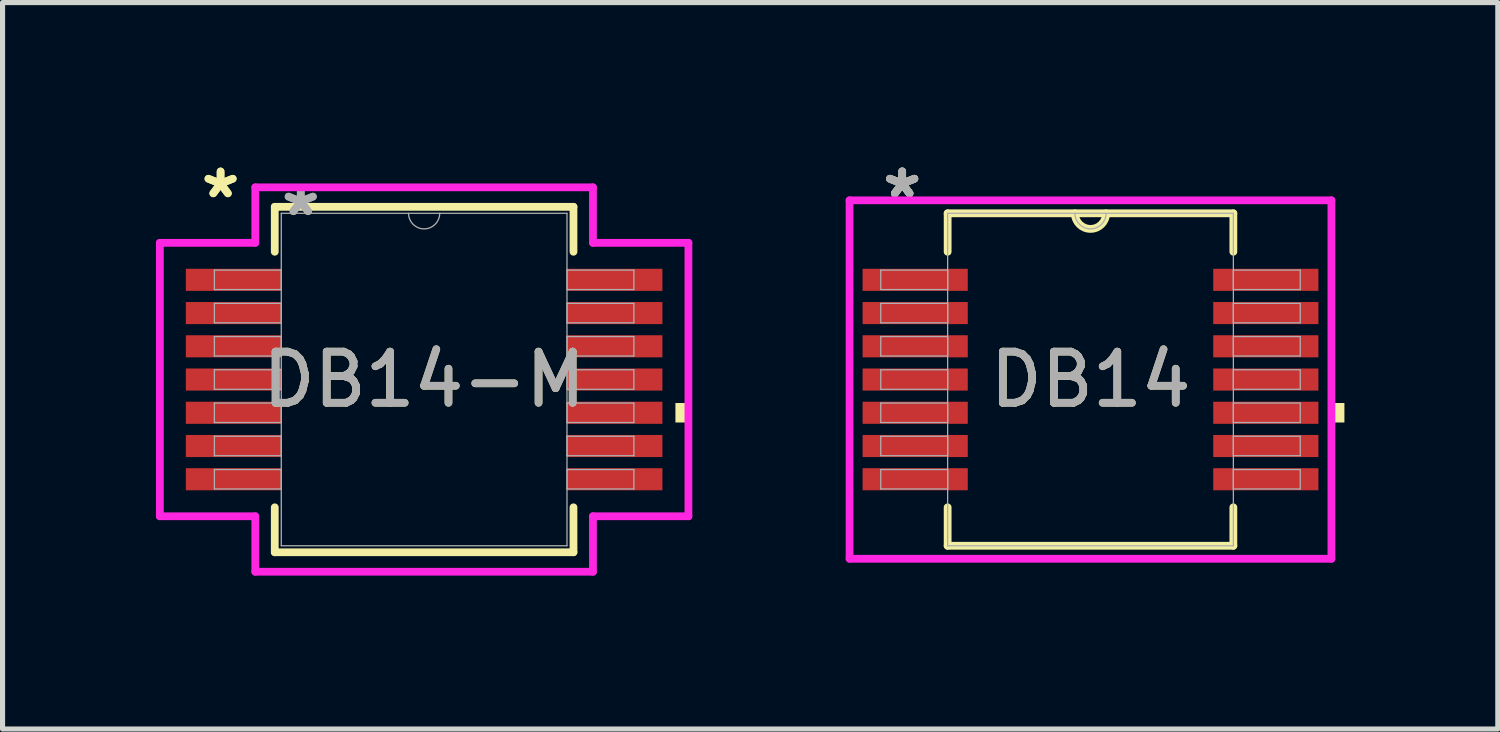
<source format=kicad_pcb>
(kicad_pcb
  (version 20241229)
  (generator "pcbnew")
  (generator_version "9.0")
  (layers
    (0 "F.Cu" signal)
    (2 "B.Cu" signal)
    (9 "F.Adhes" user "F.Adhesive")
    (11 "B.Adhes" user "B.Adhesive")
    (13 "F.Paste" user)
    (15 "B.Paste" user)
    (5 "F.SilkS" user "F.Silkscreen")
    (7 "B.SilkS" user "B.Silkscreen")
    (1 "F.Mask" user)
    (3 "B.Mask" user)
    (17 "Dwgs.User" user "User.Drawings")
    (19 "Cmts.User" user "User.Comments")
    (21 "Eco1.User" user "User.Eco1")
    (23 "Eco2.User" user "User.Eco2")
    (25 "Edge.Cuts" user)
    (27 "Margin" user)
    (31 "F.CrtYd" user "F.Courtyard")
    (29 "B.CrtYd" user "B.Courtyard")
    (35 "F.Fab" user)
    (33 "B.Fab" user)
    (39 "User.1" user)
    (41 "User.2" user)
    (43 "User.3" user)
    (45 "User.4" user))
  (footprint "DB14"
    (layer "F.Cu")
    (at 18.278 4.373)
    (property "Reference" "DB14" (at 0 0 0) (unlocked yes) (layer "F.SilkS") (effects (font (size 1 1) (thickness 0.15))))
    (attr smd)
    (fp_line (start -2.794 -3.251) (end -2.794 -2.499) (stroke (width 0.152) (type solid)) (layer "F.SilkS"))
    (fp_line (start -2.794 2.499) (end -2.794 3.251) (stroke (width 0.152) (type solid)) (layer "F.SilkS"))
    (fp_line (start -2.794 3.251) (end 2.794 3.251) (stroke (width 0.152) (type solid)) (layer "F.SilkS"))
    (fp_line (start 2.794 -3.251) (end -2.794 -3.251) (stroke (width 0.152) (type solid)) (layer "F.SilkS"))
    (fp_line (start 2.794 -2.499) (end 2.794 -3.251) (stroke (width 0.152) (type solid)) (layer "F.SilkS"))
    (fp_line (start 2.794 3.251) (end 2.794 2.499) (stroke (width 0.152) (type solid)) (layer "F.SilkS"))
    (fp_arc (start 0.3048 -3.2512) (mid 0 -2.9464) (end -0.3048 -3.2512) (stroke (width 0.1524) (type solid)) (layer "F.SilkS"))
    (fp_poly (pts (xy 4.966 0.459) (xy 4.966 0.84) (xy 4.712 0.84) (xy 4.712 0.459)) (stroke (width 0) (type solid)) (fill yes) (layer "F.SilkS"))
    (fp_line (start -4.712 -3.505) (end 4.712 -3.505) (stroke (width 0.152) (type solid)) (layer "F.CrtYd"))
    (fp_line (start -4.712 3.505) (end -4.712 -3.505) (stroke (width 0.152) (type solid)) (layer "F.CrtYd"))
    (fp_line (start 4.712 -3.505) (end 4.712 3.505) (stroke (width 0.152) (type solid)) (layer "F.CrtYd"))
    (fp_line (start 4.712 3.505) (end -4.712 3.505) (stroke (width 0.152) (type solid)) (layer "F.CrtYd"))
    (fp_line (start -4.102 -2.14) (end -4.102 -1.76) (stroke (width 0.025) (type solid)) (layer "F.Fab"))
    (fp_line (start -4.102 -1.76) (end -2.794 -1.76) (stroke (width 0.025) (type solid)) (layer "F.Fab"))
    (fp_line (start -4.102 -1.49) (end -4.102 -1.109) (stroke (width 0.025) (type solid)) (layer "F.Fab"))
    (fp_line (start -4.102 -1.109) (end -2.794 -1.109) (stroke (width 0.025) (type solid)) (layer "F.Fab"))
    (fp_line (start -4.102 -0.841) (end -4.102 -0.46) (stroke (width 0.025) (type solid)) (layer "F.Fab"))
    (fp_line (start -4.102 -0.46) (end -2.794 -0.46) (stroke (width 0.025) (type solid)) (layer "F.Fab"))
    (fp_line (start -4.102 -0.191) (end -4.102 0.191) (stroke (width 0.025) (type solid)) (layer "F.Fab"))
    (fp_line (start -4.102 0.191) (end -2.794 0.191) (stroke (width 0.025) (type solid)) (layer "F.Fab"))
    (fp_line (start -4.102 0.46) (end -4.102 0.841) (stroke (width 0.025) (type solid)) (layer "F.Fab"))
    (fp_line (start -4.102 0.841) (end -2.794 0.841) (stroke (width 0.025) (type solid)) (layer "F.Fab"))
    (fp_line (start -4.102 1.109) (end -4.102 1.49) (stroke (width 0.025) (type solid)) (layer "F.Fab"))
    (fp_line (start -4.102 1.49) (end -2.794 1.49) (stroke (width 0.025) (type solid)) (layer "F.Fab"))
    (fp_line (start -4.102 1.76) (end -4.102 2.14) (stroke (width 0.025) (type solid)) (layer "F.Fab"))
    (fp_line (start -4.102 2.14) (end -2.794 2.14) (stroke (width 0.025) (type solid)) (layer "F.Fab"))
    (fp_line (start -2.794 -3.251) (end -2.794 3.251) (stroke (width 0.025) (type solid)) (layer "F.Fab"))
    (fp_line (start -2.794 -2.14) (end -4.102 -2.14) (stroke (width 0.025) (type solid)) (layer "F.Fab"))
    (fp_line (start -2.794 -1.76) (end -2.794 -2.14) (stroke (width 0.025) (type solid)) (layer "F.Fab"))
    (fp_line (start -2.794 -1.49) (end -4.102 -1.49) (stroke (width 0.025) (type solid)) (layer "F.Fab"))
    (fp_line (start -2.794 -1.109) (end -2.794 -1.49) (stroke (width 0.025) (type solid)) (layer "F.Fab"))
    (fp_line (start -2.794 -0.841) (end -4.102 -0.841) (stroke (width 0.025) (type solid)) (layer "F.Fab"))
    (fp_line (start -2.794 -0.46) (end -2.794 -0.841) (stroke (width 0.025) (type solid)) (layer "F.Fab"))
    (fp_line (start -2.794 -0.191) (end -4.102 -0.191) (stroke (width 0.025) (type solid)) (layer "F.Fab"))
    (fp_line (start -2.794 0.191) (end -2.794 -0.191) (stroke (width 0.025) (type solid)) (layer "F.Fab"))
    (fp_line (start -2.794 0.46) (end -4.102 0.46) (stroke (width 0.025) (type solid)) (layer "F.Fab"))
    (fp_line (start -2.794 0.841) (end -2.794 0.46) (stroke (width 0.025) (type solid)) (layer "F.Fab"))
    (fp_line (start -2.794 1.109) (end -4.102 1.109) (stroke (width 0.025) (type solid)) (layer "F.Fab"))
    (fp_line (start -2.794 1.49) (end -2.794 1.109) (stroke (width 0.025) (type solid)) (layer "F.Fab"))
    (fp_line (start -2.794 1.76) (end -4.102 1.76) (stroke (width 0.025) (type solid)) (layer "F.Fab"))
    (fp_line (start -2.794 2.14) (end -2.794 1.76) (stroke (width 0.025) (type solid)) (layer "F.Fab"))
    (fp_line (start -2.794 3.251) (end 2.794 3.251) (stroke (width 0.025) (type solid)) (layer "F.Fab"))
    (fp_line (start 2.794 -3.251) (end -2.794 -3.251) (stroke (width 0.025) (type solid)) (layer "F.Fab"))
    (fp_line (start 2.794 -2.14) (end 2.794 -1.76) (stroke (width 0.025) (type solid)) (layer "F.Fab"))
    (fp_line (start 2.794 -1.76) (end 4.102 -1.76) (stroke (width 0.025) (type solid)) (layer "F.Fab"))
    (fp_line (start 2.794 -1.49) (end 2.794 -1.109) (stroke (width 0.025) (type solid)) (layer "F.Fab"))
    (fp_line (start 2.794 -1.109) (end 4.102 -1.109) (stroke (width 0.025) (type solid)) (layer "F.Fab"))
    (fp_line (start 2.794 -0.841) (end 2.794 -0.46) (stroke (width 0.025) (type solid)) (layer "F.Fab"))
    (fp_line (start 2.794 -0.46) (end 4.102 -0.46) (stroke (width 0.025) (type solid)) (layer "F.Fab"))
    (fp_line (start 2.794 -0.191) (end 2.794 0.191) (stroke (width 0.025) (type solid)) (layer "F.Fab"))
    (fp_line (start 2.794 0.191) (end 4.102 0.191) (stroke (width 0.025) (type solid)) (layer "F.Fab"))
    (fp_line (start 2.794 0.46) (end 2.794 0.841) (stroke (width 0.025) (type solid)) (layer "F.Fab"))
    (fp_line (start 2.794 0.841) (end 4.102 0.841) (stroke (width 0.025) (type solid)) (layer "F.Fab"))
    (fp_line (start 2.794 1.109) (end 2.794 1.49) (stroke (width 0.025) (type solid)) (layer "F.Fab"))
    (fp_line (start 2.794 1.49) (end 4.102 1.49) (stroke (width 0.025) (type solid)) (layer "F.Fab"))
    (fp_line (start 2.794 1.76) (end 2.794 2.14) (stroke (width 0.025) (type solid)) (layer "F.Fab"))
    (fp_line (start 2.794 2.14) (end 4.102 2.14) (stroke (width 0.025) (type solid)) (layer "F.Fab"))
    (fp_line (start 2.794 3.251) (end 2.794 -3.251) (stroke (width 0.025) (type solid)) (layer "F.Fab"))
    (fp_line (start 4.102 -2.14) (end 2.794 -2.14) (stroke (width 0.025) (type solid)) (layer "F.Fab"))
    (fp_line (start 4.102 -1.76) (end 4.102 -2.14) (stroke (width 0.025) (type solid)) (layer "F.Fab"))
    (fp_line (start 4.102 -1.49) (end 2.794 -1.49) (stroke (width 0.025) (type solid)) (layer "F.Fab"))
    (fp_line (start 4.102 -1.109) (end 4.102 -1.49) (stroke (width 0.025) (type solid)) (layer "F.Fab"))
    (fp_line (start 4.102 -0.841) (end 2.794 -0.841) (stroke (width 0.025) (type solid)) (layer "F.Fab"))
    (fp_line (start 4.102 -0.46) (end 4.102 -0.841) (stroke (width 0.025) (type solid)) (layer "F.Fab"))
    (fp_line (start 4.102 -0.191) (end 2.794 -0.191) (stroke (width 0.025) (type solid)) (layer "F.Fab"))
    (fp_line (start 4.102 0.191) (end 4.102 -0.191) (stroke (width 0.025) (type solid)) (layer "F.Fab"))
    (fp_line (start 4.102 0.46) (end 2.794 0.46) (stroke (width 0.025) (type solid)) (layer "F.Fab"))
    (fp_line (start 4.102 0.841) (end 4.102 0.46) (stroke (width 0.025) (type solid)) (layer "F.Fab"))
    (fp_line (start 4.102 1.109) (end 2.794 1.109) (stroke (width 0.025) (type solid)) (layer "F.Fab"))
    (fp_line (start 4.102 1.49) (end 4.102 1.109) (stroke (width 0.025) (type solid)) (layer "F.Fab"))
    (fp_line (start 4.102 1.76) (end 2.794 1.76) (stroke (width 0.025) (type solid)) (layer "F.Fab"))
    (fp_line (start 4.102 2.14) (end 4.102 1.76) (stroke (width 0.025) (type solid)) (layer "F.Fab"))
    (fp_arc (start 0.3048 -3.2512) (mid 0 -2.9464) (end -0.3048 -3.2512) (stroke (width 0.0254) (type solid)) (layer "F.Fab"))
    (fp_text user "*" (at -3.683 -3.525 0) (unlocked yes) (layer "F.SilkS") (effects (font (size 1 1) (thickness 0.15))))
    (fp_text user "*" (at -3.683 -3.525 0) (layer "F.SilkS") (effects (font (size 1 1) (thickness 0.15))))
    (fp_text user "*" (at -3.683 -3.525 0) (layer "F.Fab") (effects (font (size 1 1) (thickness 0.15))))
    (fp_text user "*" (at -3.683 -3.525 0) (unlocked yes) (layer "F.Fab") (effects (font (size 1 1) (thickness 0.15))))
    (fp_text user "${REFERENCE}" (at 0 0 0) (unlocked yes) (layer "F.Fab") (effects (font (size 1 1) (thickness 0.15))))
    (pad "1" smd rect (at -3.429 -1.95) (size 2.057 0.432) (layers "F.Cu" "F.Mask" "F.Paste"))
    (pad "2" smd rect (at -3.429 -1.3) (size 2.057 0.432) (layers "F.Cu" "F.Mask" "F.Paste"))
    (pad "3" smd rect (at -3.429 -0.65) (size 2.057 0.432) (layers "F.Cu" "F.Mask" "F.Paste"))
    (pad "4" smd rect (at -3.429 0) (size 2.057 0.432) (layers "F.Cu" "F.Mask" "F.Paste"))
    (pad "5" smd rect (at -3.429 0.65) (size 2.057 0.432) (layers "F.Cu" "F.Mask" "F.Paste"))
    (pad "6" smd rect (at -3.429 1.3) (size 2.057 0.432) (layers "F.Cu" "F.Mask" "F.Paste"))
    (pad "7" smd rect (at -3.429 1.95) (size 2.057 0.432) (layers "F.Cu" "F.Mask" "F.Paste"))
    (pad "8" smd rect (at 3.429 1.95) (size 2.057 0.432) (layers "F.Cu" "F.Mask" "F.Paste"))
    (pad "9" smd rect (at 3.429 1.3) (size 2.057 0.432) (layers "F.Cu" "F.Mask" "F.Paste"))
    (pad "10" smd rect (at 3.429 0.65) (size 2.057 0.432) (layers "F.Cu" "F.Mask" "F.Paste"))
    (pad "11" smd rect (at 3.429 0) (size 2.057 0.432) (layers "F.Cu" "F.Mask" "F.Paste"))
    (pad "12" smd rect (at 3.429 -0.65) (size 2.057 0.432) (layers "F.Cu" "F.Mask" "F.Paste"))
    (pad "13" smd rect (at 3.429 -1.3) (size 2.057 0.432) (layers "F.Cu" "F.Mask" "F.Paste"))
    (pad "14" smd rect (at 3.429 -1.95) (size 2.057 0.432) (layers "F.Cu" "F.Mask" "F.Paste")))
  (footprint "DB14-M"
    (layer "F.Cu")
    (at 5.245 4.373)
    (property "Reference" "DB14-M" (at 0 0 0) (unlocked yes) (layer "F.SilkS") (effects (font (size 1 1) (thickness 0.15))))
    (attr smd)
    (fp_line (start -2.921 -3.378) (end -2.921 -2.499) (stroke (width 0.152) (type solid)) (layer "F.SilkS"))
    (fp_line (start -2.921 2.499) (end -2.921 3.378) (stroke (width 0.152) (type solid)) (layer "F.SilkS"))
    (fp_line (start -2.921 3.378) (end 2.921 3.378) (stroke (width 0.152) (type solid)) (layer "F.SilkS"))
    (fp_line (start 2.921 -3.378) (end -2.921 -3.378) (stroke (width 0.152) (type solid)) (layer "F.SilkS"))
    (fp_line (start 2.921 -2.499) (end 2.921 -3.378) (stroke (width 0.152) (type solid)) (layer "F.SilkS"))
    (fp_line (start 2.921 3.378) (end 2.921 2.499) (stroke (width 0.152) (type solid)) (layer "F.SilkS"))
    (fp_poly (pts (xy 5.169 0.459) (xy 5.169 0.84) (xy 4.915 0.84) (xy 4.915 0.459)) (stroke (width 0) (type solid)) (fill yes) (layer "F.SilkS"))
    (fp_line (start -5.169 -2.674) (end -3.302 -2.674) (stroke (width 0.152) (type solid)) (layer "F.CrtYd"))
    (fp_line (start -5.169 2.674) (end -5.169 -2.674) (stroke (width 0.152) (type solid)) (layer "F.CrtYd"))
    (fp_line (start -5.169 2.674) (end -3.302 2.674) (stroke (width 0.152) (type solid)) (layer "F.CrtYd"))
    (fp_line (start -3.302 -3.759) (end 3.302 -3.759) (stroke (width 0.152) (type solid)) (layer "F.CrtYd"))
    (fp_line (start -3.302 -2.674) (end -3.302 -3.759) (stroke (width 0.152) (type solid)) (layer "F.CrtYd"))
    (fp_line (start -3.302 3.759) (end -3.302 2.674) (stroke (width 0.152) (type solid)) (layer "F.CrtYd"))
    (fp_line (start 3.302 -3.759) (end 3.302 -2.674) (stroke (width 0.152) (type solid)) (layer "F.CrtYd"))
    (fp_line (start 3.302 2.674) (end 3.302 3.759) (stroke (width 0.152) (type solid)) (layer "F.CrtYd"))
    (fp_line (start 3.302 3.759) (end -3.302 3.759) (stroke (width 0.152) (type solid)) (layer "F.CrtYd"))
    (fp_line (start 5.169 -2.674) (end 3.302 -2.674) (stroke (width 0.152) (type solid)) (layer "F.CrtYd"))
    (fp_line (start 5.169 -2.674) (end 5.169 2.674) (stroke (width 0.152) (type solid)) (layer "F.CrtYd"))
    (fp_line (start 5.169 2.674) (end 3.302 2.674) (stroke (width 0.152) (type solid)) (layer "F.CrtYd"))
    (fp_line (start -4.102 -2.14) (end -4.102 -1.76) (stroke (width 0.025) (type solid)) (layer "F.Fab"))
    (fp_line (start -4.102 -1.76) (end -2.794 -1.76) (stroke (width 0.025) (type solid)) (layer "F.Fab"))
    (fp_line (start -4.102 -1.49) (end -4.102 -1.109) (stroke (width 0.025) (type solid)) (layer "F.Fab"))
    (fp_line (start -4.102 -1.109) (end -2.794 -1.109) (stroke (width 0.025) (type solid)) (layer "F.Fab"))
    (fp_line (start -4.102 -0.841) (end -4.102 -0.46) (stroke (width 0.025) (type solid)) (layer "F.Fab"))
    (fp_line (start -4.102 -0.46) (end -2.794 -0.46) (stroke (width 0.025) (type solid)) (layer "F.Fab"))
    (fp_line (start -4.102 -0.191) (end -4.102 0.191) (stroke (width 0.025) (type solid)) (layer "F.Fab"))
    (fp_line (start -4.102 0.191) (end -2.794 0.191) (stroke (width 0.025) (type solid)) (layer "F.Fab"))
    (fp_line (start -4.102 0.46) (end -4.102 0.841) (stroke (width 0.025) (type solid)) (layer "F.Fab"))
    (fp_line (start -4.102 0.841) (end -2.794 0.841) (stroke (width 0.025) (type solid)) (layer "F.Fab"))
    (fp_line (start -4.102 1.109) (end -4.102 1.49) (stroke (width 0.025) (type solid)) (layer "F.Fab"))
    (fp_line (start -4.102 1.49) (end -2.794 1.49) (stroke (width 0.025) (type solid)) (layer "F.Fab"))
    (fp_line (start -4.102 1.76) (end -4.102 2.14) (stroke (width 0.025) (type solid)) (layer "F.Fab"))
    (fp_line (start -4.102 2.14) (end -2.794 2.14) (stroke (width 0.025) (type solid)) (layer "F.Fab"))
    (fp_line (start -2.794 -3.251) (end -2.794 3.251) (stroke (width 0.025) (type solid)) (layer "F.Fab"))
    (fp_line (start -2.794 -2.14) (end -4.102 -2.14) (stroke (width 0.025) (type solid)) (layer "F.Fab"))
    (fp_line (start -2.794 -1.76) (end -2.794 -2.14) (stroke (width 0.025) (type solid)) (layer "F.Fab"))
    (fp_line (start -2.794 -1.49) (end -4.102 -1.49) (stroke (width 0.025) (type solid)) (layer "F.Fab"))
    (fp_line (start -2.794 -1.109) (end -2.794 -1.49) (stroke (width 0.025) (type solid)) (layer "F.Fab"))
    (fp_line (start -2.794 -0.841) (end -4.102 -0.841) (stroke (width 0.025) (type solid)) (layer "F.Fab"))
    (fp_line (start -2.794 -0.46) (end -2.794 -0.841) (stroke (width 0.025) (type solid)) (layer "F.Fab"))
    (fp_line (start -2.794 -0.191) (end -4.102 -0.191) (stroke (width 0.025) (type solid)) (layer "F.Fab"))
    (fp_line (start -2.794 0.191) (end -2.794 -0.191) (stroke (width 0.025) (type solid)) (layer "F.Fab"))
    (fp_line (start -2.794 0.46) (end -4.102 0.46) (stroke (width 0.025) (type solid)) (layer "F.Fab"))
    (fp_line (start -2.794 0.841) (end -2.794 0.46) (stroke (width 0.025) (type solid)) (layer "F.Fab"))
    (fp_line (start -2.794 1.109) (end -4.102 1.109) (stroke (width 0.025) (type solid)) (layer "F.Fab"))
    (fp_line (start -2.794 1.49) (end -2.794 1.109) (stroke (width 0.025) (type solid)) (layer "F.Fab"))
    (fp_line (start -2.794 1.76) (end -4.102 1.76) (stroke (width 0.025) (type solid)) (layer "F.Fab"))
    (fp_line (start -2.794 2.14) (end -2.794 1.76) (stroke (width 0.025) (type solid)) (layer "F.Fab"))
    (fp_line (start -2.794 3.251) (end 2.794 3.251) (stroke (width 0.025) (type solid)) (layer "F.Fab"))
    (fp_line (start 2.794 -3.251) (end -2.794 -3.251) (stroke (width 0.025) (type solid)) (layer "F.Fab"))
    (fp_line (start 2.794 -2.14) (end 2.794 -1.76) (stroke (width 0.025) (type solid)) (layer "F.Fab"))
    (fp_line (start 2.794 -1.76) (end 4.102 -1.76) (stroke (width 0.025) (type solid)) (layer "F.Fab"))
    (fp_line (start 2.794 -1.49) (end 2.794 -1.109) (stroke (width 0.025) (type solid)) (layer "F.Fab"))
    (fp_line (start 2.794 -1.109) (end 4.102 -1.109) (stroke (width 0.025) (type solid)) (layer "F.Fab"))
    (fp_line (start 2.794 -0.841) (end 2.794 -0.46) (stroke (width 0.025) (type solid)) (layer "F.Fab"))
    (fp_line (start 2.794 -0.46) (end 4.102 -0.46) (stroke (width 0.025) (type solid)) (layer "F.Fab"))
    (fp_line (start 2.794 -0.191) (end 2.794 0.191) (stroke (width 0.025) (type solid)) (layer "F.Fab"))
    (fp_line (start 2.794 0.191) (end 4.102 0.191) (stroke (width 0.025) (type solid)) (layer "F.Fab"))
    (fp_line (start 2.794 0.46) (end 2.794 0.841) (stroke (width 0.025) (type solid)) (layer "F.Fab"))
    (fp_line (start 2.794 0.841) (end 4.102 0.841) (stroke (width 0.025) (type solid)) (layer "F.Fab"))
    (fp_line (start 2.794 1.109) (end 2.794 1.49) (stroke (width 0.025) (type solid)) (layer "F.Fab"))
    (fp_line (start 2.794 1.49) (end 4.102 1.49) (stroke (width 0.025) (type solid)) (layer "F.Fab"))
    (fp_line (start 2.794 1.76) (end 2.794 2.14) (stroke (width 0.025) (type solid)) (layer "F.Fab"))
    (fp_line (start 2.794 2.14) (end 4.102 2.14) (stroke (width 0.025) (type solid)) (layer "F.Fab"))
    (fp_line (start 2.794 3.251) (end 2.794 -3.251) (stroke (width 0.025) (type solid)) (layer "F.Fab"))
    (fp_line (start 4.102 -2.14) (end 2.794 -2.14) (stroke (width 0.025) (type solid)) (layer "F.Fab"))
    (fp_line (start 4.102 -1.76) (end 4.102 -2.14) (stroke (width 0.025) (type solid)) (layer "F.Fab"))
    (fp_line (start 4.102 -1.49) (end 2.794 -1.49) (stroke (width 0.025) (type solid)) (layer "F.Fab"))
    (fp_line (start 4.102 -1.109) (end 4.102 -1.49) (stroke (width 0.025) (type solid)) (layer "F.Fab"))
    (fp_line (start 4.102 -0.841) (end 2.794 -0.841) (stroke (width 0.025) (type solid)) (layer "F.Fab"))
    (fp_line (start 4.102 -0.46) (end 4.102 -0.841) (stroke (width 0.025) (type solid)) (layer "F.Fab"))
    (fp_line (start 4.102 -0.191) (end 2.794 -0.191) (stroke (width 0.025) (type solid)) (layer "F.Fab"))
    (fp_line (start 4.102 0.191) (end 4.102 -0.191) (stroke (width 0.025) (type solid)) (layer "F.Fab"))
    (fp_line (start 4.102 0.46) (end 2.794 0.46) (stroke (width 0.025) (type solid)) (layer "F.Fab"))
    (fp_line (start 4.102 0.841) (end 4.102 0.46) (stroke (width 0.025) (type solid)) (layer "F.Fab"))
    (fp_line (start 4.102 1.109) (end 2.794 1.109) (stroke (width 0.025) (type solid)) (layer "F.Fab"))
    (fp_line (start 4.102 1.49) (end 4.102 1.109) (stroke (width 0.025) (type solid)) (layer "F.Fab"))
    (fp_line (start 4.102 1.76) (end 2.794 1.76) (stroke (width 0.025) (type solid)) (layer "F.Fab"))
    (fp_line (start 4.102 2.14) (end 4.102 1.76) (stroke (width 0.025) (type solid)) (layer "F.Fab"))
    (fp_arc (start 0.3048 -3.2512) (mid 0 -2.9464) (end -0.3048 -3.2512) (stroke (width 0.0254) (type solid)) (layer "F.Fab"))
    (fp_text user "*" (at -3.981 -3.525 0) (unlocked yes) (layer "F.SilkS") (effects (font (size 1 1) (thickness 0.15))))
    (fp_text user "*" (at -3.981 -3.525 0) (layer "F.SilkS") (effects (font (size 1 1) (thickness 0.15))))
    (fp_text user "*" (at -2.413 -3.175 0) (layer "F.Fab") (effects (font (size 1 1) (thickness 0.15))))
    (fp_text user "*" (at -2.413 -3.175 0) (unlocked yes) (layer "F.Fab") (effects (font (size 1 1) (thickness 0.15))))
    (fp_text user "${REFERENCE}" (at 0 0 0) (unlocked yes) (layer "F.Fab") (effects (font (size 1 1) (thickness 0.15))))
    (pad "1" smd rect (at -3.727 -1.95) (size 1.867 0.432) (layers "F.Cu" "F.Mask" "F.Paste"))
    (pad "2" smd rect (at -3.727 -1.3) (size 1.867 0.432) (layers "F.Cu" "F.Mask" "F.Paste"))
    (pad "3" smd rect (at -3.727 -0.65) (size 1.867 0.432) (layers "F.Cu" "F.Mask" "F.Paste"))
    (pad "4" smd rect (at -3.727 0) (size 1.867 0.432) (layers "F.Cu" "F.Mask" "F.Paste"))
    (pad "5" smd rect (at -3.727 0.65) (size 1.867 0.432) (layers "F.Cu" "F.Mask" "F.Paste"))
    (pad "6" smd rect (at -3.727 1.3) (size 1.867 0.432) (layers "F.Cu" "F.Mask" "F.Paste"))
    (pad "7" smd rect (at -3.727 1.95) (size 1.867 0.432) (layers "F.Cu" "F.Mask" "F.Paste"))
    (pad "8" smd rect (at 3.727 1.95) (size 1.867 0.432) (layers "F.Cu" "F.Mask" "F.Paste"))
    (pad "9" smd rect (at 3.727 1.3) (size 1.867 0.432) (layers "F.Cu" "F.Mask" "F.Paste"))
    (pad "10" smd rect (at 3.727 0.65) (size 1.867 0.432) (layers "F.Cu" "F.Mask" "F.Paste"))
    (pad "11" smd rect (at 3.727 0) (size 1.867 0.432) (layers "F.Cu" "F.Mask" "F.Paste"))
    (pad "12" smd rect (at 3.727 -0.65) (size 1.867 0.432) (layers "F.Cu" "F.Mask" "F.Paste"))
    (pad "13" smd rect (at 3.727 -1.3) (size 1.867 0.432) (layers "F.Cu" "F.Mask" "F.Paste"))
    (pad "14" smd rect (at 3.727 -1.95) (size 1.867 0.432) (layers "F.Cu" "F.Mask" "F.Paste")))
  (gr_rect
    (start -3 -3)
    (end 26.244 11.208)
    (stroke (width 0.1) (type default))
    (fill no)
    (layer "Edge.Cuts")))
</source>
